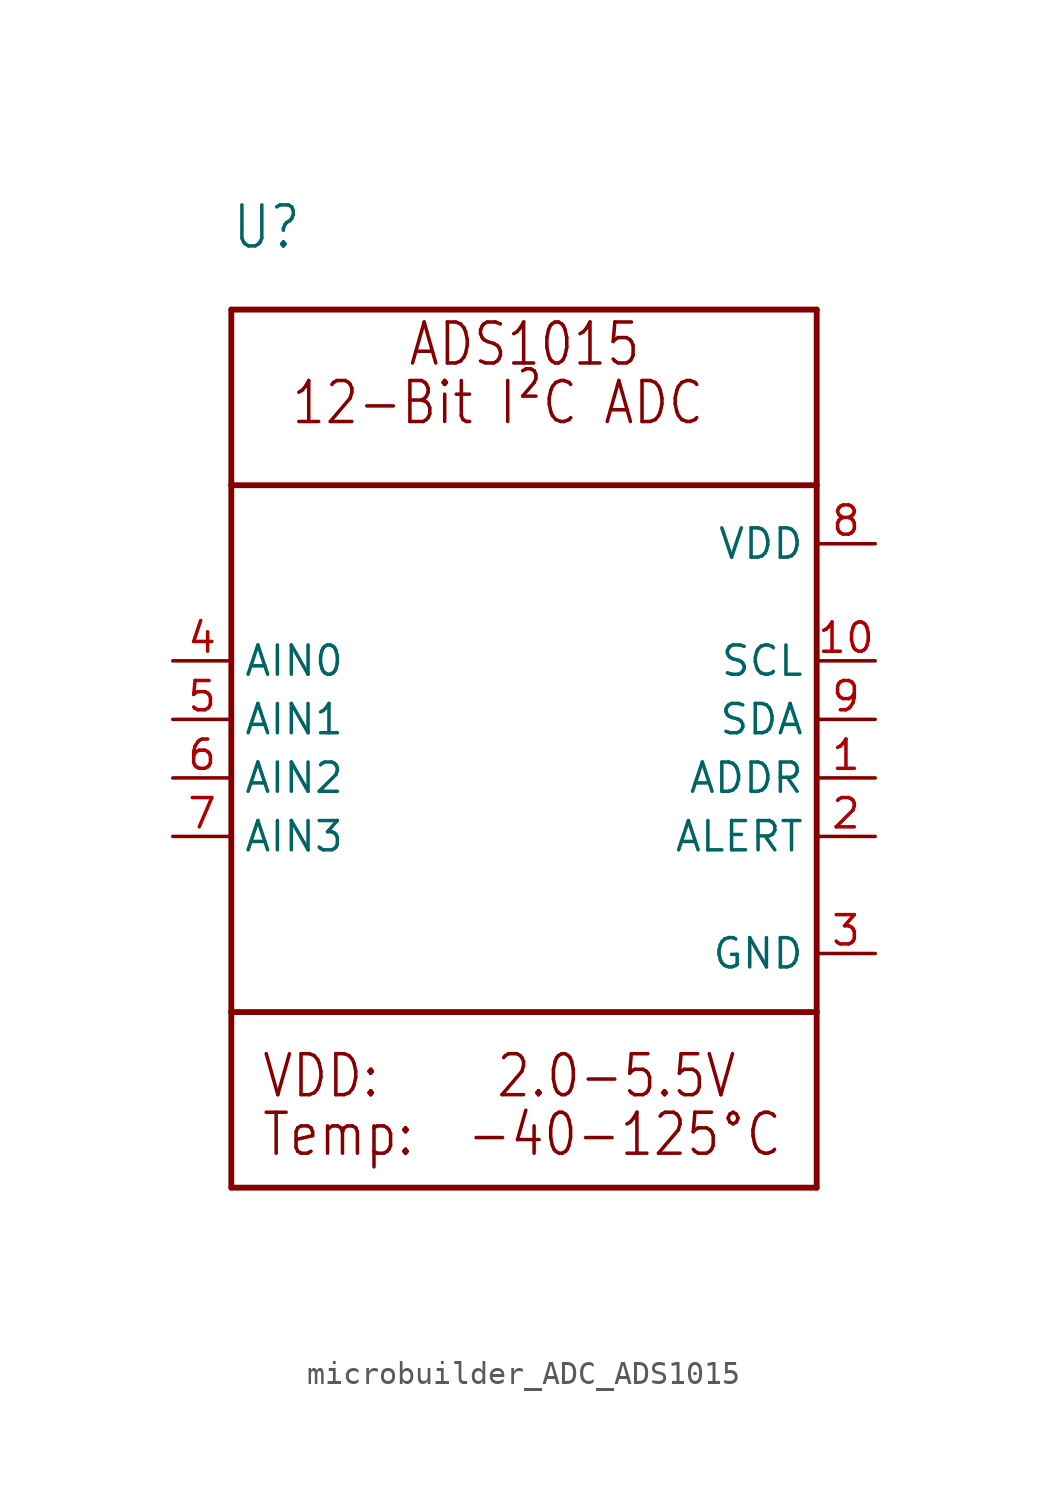
<source format=kicad_sym>
(kicad_symbol_lib
  (version 20231120)
  (generator "kicad_symbol_editor")
  (generator_version "8.0")
  (symbol "microbuilder_ADC_ADS1015"
    (property "Reference" "U"
      (at -12.7 20.32 0)
      (effects (font (size 1.778 1.511)) (justify left bottom)))
    (property "Value" ""
      (at -12.7 -22.86 0)
      (effects (font (size 1.778 1.511)) (justify left bottom)))
    (property "ki_locked" ""
      (at 0 0 0)
      (effects (font (size 1.27 1.27))))
    (symbol "microbuilder_ADC_ADS1015_1_0"
      (polyline (pts (xy -12.7 -12.7) (xy -12.7 -20.32)) (stroke (width 0.254) (type solid)) (fill (type none)))
      (polyline (pts (xy -12.7 -12.7) (xy -12.7 10.16)) (stroke (width 0.254) (type solid)) (fill (type none)))
      (polyline (pts (xy -12.7 10.16) (xy 12.7 10.16)) (stroke (width 0.254) (type solid)) (fill (type none)))
      (polyline (pts (xy -12.7 17.78) (xy -12.7 10.16)) (stroke (width 0.254) (type solid)) (fill (type none)))
      (polyline (pts (xy -12.7 17.78) (xy 12.7 17.78)) (stroke (width 0.254) (type solid)) (fill (type none)))
      (polyline (pts (xy 12.7 -20.32) (xy -12.7 -20.32)) (stroke (width 0.254) (type solid)) (fill (type none)))
      (polyline (pts (xy 12.7 -12.7) (xy -12.7 -12.7)) (stroke (width 0.254) (type solid)) (fill (type none)))
      (polyline (pts (xy 12.7 -12.7) (xy 12.7 -20.32)) (stroke (width 0.254) (type solid)) (fill (type none)))
      (polyline (pts (xy 12.7 10.16) (xy 12.7 -12.7)) (stroke (width 0.254) (type solid)) (fill (type none)))
      (polyline (pts (xy 12.7 17.78) (xy 12.7 10.16)) (stroke (width 0.254) (type solid)) (fill (type none)))
      (text "-40-125°C" (at -2.54 -19.05 0) (effects (font (size 1.778 1.511)) (justify left bottom)))
      (text "12-Bit I²C ADC" (at -10.16 12.7 0) (effects (font (size 1.778 1.511)) (justify left bottom)))
      (text "2.0-5.5V" (at -1.27 -16.51 0) (effects (font (size 1.778 1.511)) (justify left bottom)))
      (text "ADS1015" (at -5.08 15.24 0) (effects (font (size 1.778 1.511)) (justify left bottom)))
      (text "Temp:" (at -11.43 -19.05 0) (effects (font (size 1.778 1.511)) (justify left bottom)))
      (text "VDD:" (at -11.43 -16.51 0) (effects (font (size 1.778 1.511)) (justify left bottom)))
      (pin bidirectional line (at 15.24 -2.54 180) (length 2.54) (name "ADDR" (effects (font (size 1.27 1.27)))) (number "1" (effects (font (size 1.27 1.27)))))
      (pin bidirectional line (at 15.24 2.54 180) (length 2.54) (name "SCL" (effects (font (size 1.27 1.27)))) (number "10" (effects (font (size 1.27 1.27)))))
      (pin bidirectional line (at 15.24 -5.08 180) (length 2.54) (name "ALERT" (effects (font (size 1.27 1.27)))) (number "2" (effects (font (size 1.27 1.27)))))
      (pin bidirectional line (at 15.24 -10.16 180) (length 2.54) (name "GND" (effects (font (size 1.27 1.27)))) (number "3" (effects (font (size 1.27 1.27)))))
      (pin bidirectional line (at -15.24 2.54 0) (length 2.54) (name "AIN0" (effects (font (size 1.27 1.27)))) (number "4" (effects (font (size 1.27 1.27)))))
      (pin bidirectional line (at -15.24 0 0) (length 2.54) (name "AIN1" (effects (font (size 1.27 1.27)))) (number "5" (effects (font (size 1.27 1.27)))))
      (pin bidirectional line (at -15.24 -2.54 0) (length 2.54) (name "AIN2" (effects (font (size 1.27 1.27)))) (number "6" (effects (font (size 1.27 1.27)))))
      (pin bidirectional line (at -15.24 -5.08 0) (length 2.54) (name "AIN3" (effects (font (size 1.27 1.27)))) (number "7" (effects (font (size 1.27 1.27)))))
      (pin bidirectional line (at 15.24 7.62 180) (length 2.54) (name "VDD" (effects (font (size 1.27 1.27)))) (number "8" (effects (font (size 1.27 1.27)))))
      (pin bidirectional line (at 15.24 0 180) (length 2.54) (name "SDA" (effects (font (size 1.27 1.27)))) (number "9" (effects (font (size 1.27 1.27))))))))
</source>
